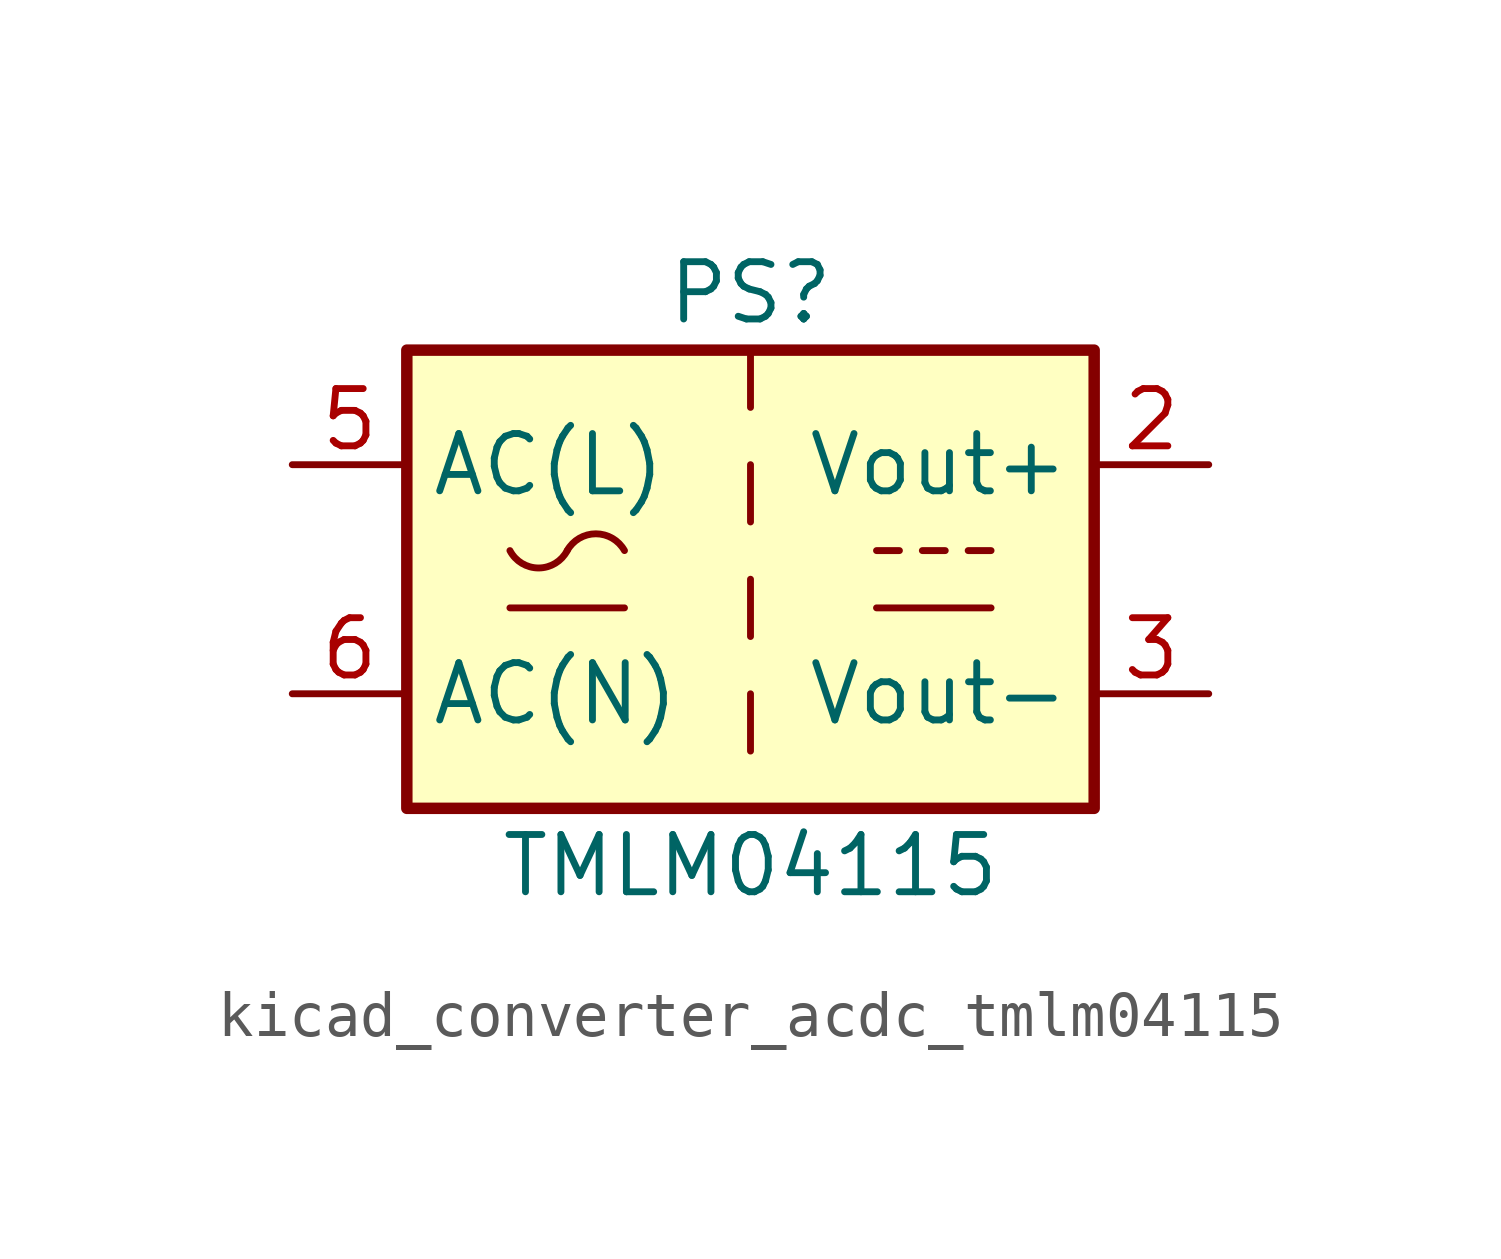
<source format=kicad_sym>
(kicad_symbol_lib
  (version 20220914)
  (generator kicad_symbol_editor)
  (symbol "kicad_converter_acdc_tmlm04115"
    (property "Reference" "PS"
      (at 0 6.35 0)
      (effects (font (size 1.27 1.27))))
    (property "Value" "TMLM04115"
      (at 0 -6.35 0)
      (effects (font (size 1.27 1.27))))
    (symbol "kicad_converter_acdc_tmlm04115_0_1"
      (rectangle (start -7.62 5.08) (end 7.62 -5.08) (stroke (width 0.254) (type default)) (fill (type background)))
      (arc (start -5.334 0.635) (mid -4.699 0.2495) (end -4.064 0.635) (stroke (width 0) (type default)) (fill (type none)))
      (arc (start -2.794 0.635) (mid -3.429 1.0072) (end -4.064 0.635) (stroke (width 0) (type default)) (fill (type none)))
      (polyline (pts (xy -5.334 -0.635) (xy -2.794 -0.635)) (stroke (width 0) (type default)) (fill (type none)))
      (polyline (pts (xy 0 -2.54) (xy 0 -3.81)) (stroke (width 0) (type default)) (fill (type none)))
      (polyline (pts (xy 0 0) (xy 0 -1.27)) (stroke (width 0) (type default)) (fill (type none)))
      (polyline (pts (xy 0 2.54) (xy 0 1.27)) (stroke (width 0) (type default)) (fill (type none)))
      (polyline (pts (xy 0 5.08) (xy 0 3.81)) (stroke (width 0) (type default)) (fill (type none)))
      (polyline (pts (xy 2.794 -0.635) (xy 5.334 -0.635)) (stroke (width 0) (type default)) (fill (type none)))
      (polyline (pts (xy 2.794 0.635) (xy 3.302 0.635)) (stroke (width 0) (type default)) (fill (type none)))
      (polyline (pts (xy 3.81 0.635) (xy 4.318 0.635)) (stroke (width 0) (type default)) (fill (type none)))
      (polyline (pts (xy 4.826 0.635) (xy 5.334 0.635)) (stroke (width 0) (type default)) (fill (type none))))
    (symbol "kicad_converter_acdc_tmlm04115_1_1"
      (pin power_out line (at 10.16 2.54 180) (length 2.54) (name "Vout+" (effects (font (size 1.27 1.27)))) (number "2" (effects (font (size 1.27 1.27)))))
      (pin power_out line (at 10.16 -2.54 180) (length 2.54) (name "Vout-" (effects (font (size 1.27 1.27)))) (number "3" (effects (font (size 1.27 1.27)))))
      (pin power_in line (at -10.16 2.54 0) (length 2.54) (name "AC(L)" (effects (font (size 1.27 1.27)))) (number "5" (effects (font (size 1.27 1.27)))))
      (pin power_in line (at -10.16 -2.54 0) (length 2.54) (name "AC(N)" (effects (font (size 1.27 1.27)))) (number "6" (effects (font (size 1.27 1.27))))))))
</source>
